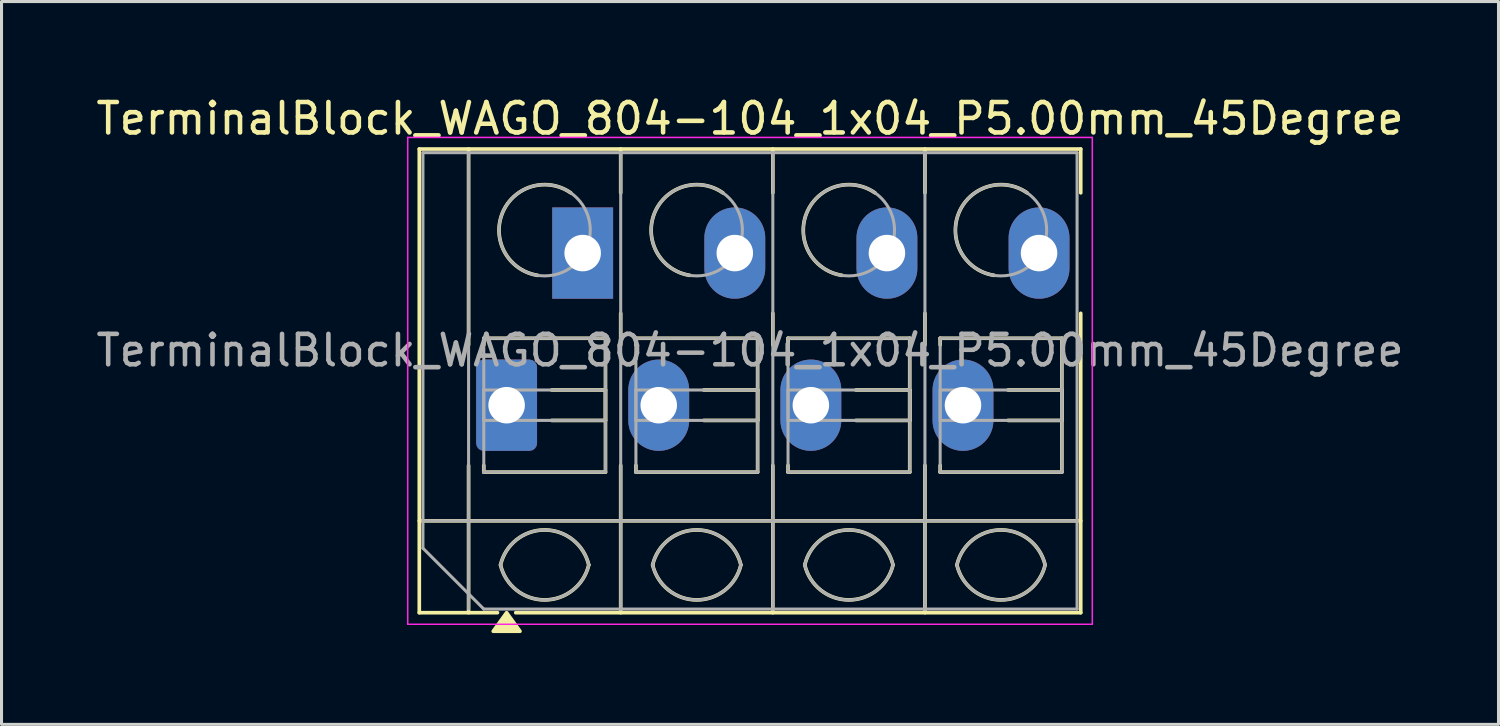
<source format=kicad_pcb>
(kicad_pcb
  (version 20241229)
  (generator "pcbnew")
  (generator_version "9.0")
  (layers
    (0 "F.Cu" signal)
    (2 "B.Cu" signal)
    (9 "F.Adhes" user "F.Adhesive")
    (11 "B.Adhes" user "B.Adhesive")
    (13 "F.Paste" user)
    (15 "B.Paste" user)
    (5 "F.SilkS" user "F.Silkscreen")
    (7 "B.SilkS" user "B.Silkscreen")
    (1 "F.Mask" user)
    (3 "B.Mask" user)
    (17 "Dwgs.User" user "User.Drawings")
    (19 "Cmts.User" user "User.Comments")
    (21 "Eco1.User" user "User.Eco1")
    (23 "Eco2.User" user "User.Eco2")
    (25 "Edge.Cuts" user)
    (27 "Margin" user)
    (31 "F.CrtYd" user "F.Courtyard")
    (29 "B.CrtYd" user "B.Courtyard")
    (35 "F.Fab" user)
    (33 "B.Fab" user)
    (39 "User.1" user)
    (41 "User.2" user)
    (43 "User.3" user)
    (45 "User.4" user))
  (footprint "TerminalBlock_WAGO_804-104_1x04_P5.00mm_45Degree"
    (layer "F.Cu")
    (at 13.601 10.268)
    (property "Reference" "TerminalBlock_WAGO_804-104_1x04_P5.00mm_45Degree" (at 8 -9.42 0) (layer "F.SilkS") (effects (font (size 1 1) (thickness 0.15))))
    (attr through_hole)
    (fp_line (start -2.87 -8.42) (end -2.87 6.82) (stroke (width 0.12) (type solid)) (layer "F.SilkS"))
    (fp_line (start -2.87 -8.42) (end 18.87 -8.42) (stroke (width 0.12) (type solid)) (layer "F.SilkS"))
    (fp_line (start -2.87 3.8) (end 18.87 3.8) (stroke (width 0.12) (type solid)) (layer "F.SilkS"))
    (fp_line (start -2.87 6.82) (end -0.3 6.82) (stroke (width 0.12) (type solid)) (layer "F.SilkS"))
    (fp_line (start -1.25 -8.42) (end -1.25 -1.98) (stroke (width 0.12) (type solid)) (layer "F.SilkS"))
    (fp_line (start -1.25 1.98) (end -1.25 6.82) (stroke (width 0.12) (type solid)) (layer "F.SilkS"))
    (fp_line (start -0.75 -2.2) (end -0.75 -1.98) (stroke (width 0.12) (type solid)) (layer "F.SilkS"))
    (fp_line (start -0.75 -2.2) (end 3.25 -2.2) (stroke (width 0.12) (type solid)) (layer "F.SilkS"))
    (fp_line (start -0.75 1.98) (end -0.75 2.2) (stroke (width 0.12) (type solid)) (layer "F.SilkS"))
    (fp_line (start -0.75 2.2) (end 3.25 2.2) (stroke (width 0.12) (type solid)) (layer "F.SilkS"))
    (fp_line (start 0.3 6.82) (end 18.87 6.82) (stroke (width 0.12) (type solid)) (layer "F.SilkS"))
    (fp_line (start 1.48 -0.5) (end 3.25 -0.5) (stroke (width 0.12) (type solid)) (layer "F.SilkS"))
    (fp_line (start 1.48 0.5) (end 3.25 0.5) (stroke (width 0.12) (type solid)) (layer "F.SilkS"))
    (fp_line (start 3.25 -2.2) (end 3.25 2.2) (stroke (width 0.12) (type solid)) (layer "F.SilkS"))
    (fp_line (start 3.25 -0.5) (end 3.25 0.5) (stroke (width 0.12) (type solid)) (layer "F.SilkS"))
    (fp_line (start 3.75 -8.42) (end 3.75 -6.98) (stroke (width 0.12) (type solid)) (layer "F.SilkS"))
    (fp_line (start 3.75 -3.02) (end 3.75 -1.98) (stroke (width 0.12) (type solid)) (layer "F.SilkS"))
    (fp_line (start 3.75 1.98) (end 3.75 6.82) (stroke (width 0.12) (type solid)) (layer "F.SilkS"))
    (fp_line (start 4.25 -2.2) (end 4.25 -1.98) (stroke (width 0.12) (type solid)) (layer "F.SilkS"))
    (fp_line (start 4.25 -2.2) (end 8.25 -2.2) (stroke (width 0.12) (type solid)) (layer "F.SilkS"))
    (fp_line (start 4.25 1.98) (end 4.25 2.2) (stroke (width 0.12) (type solid)) (layer "F.SilkS"))
    (fp_line (start 4.25 2.2) (end 8.25 2.2) (stroke (width 0.12) (type solid)) (layer "F.SilkS"))
    (fp_line (start 6.48 -0.5) (end 8.25 -0.5) (stroke (width 0.12) (type solid)) (layer "F.SilkS"))
    (fp_line (start 6.48 0.5) (end 8.25 0.5) (stroke (width 0.12) (type solid)) (layer "F.SilkS"))
    (fp_line (start 8.25 -2.2) (end 8.25 2.2) (stroke (width 0.12) (type solid)) (layer "F.SilkS"))
    (fp_line (start 8.25 -0.5) (end 8.25 0.5) (stroke (width 0.12) (type solid)) (layer "F.SilkS"))
    (fp_line (start 8.75 -8.42) (end 8.75 -6.98) (stroke (width 0.12) (type solid)) (layer "F.SilkS"))
    (fp_line (start 8.75 -3.02) (end 8.75 -1.98) (stroke (width 0.12) (type solid)) (layer "F.SilkS"))
    (fp_line (start 8.75 1.98) (end 8.75 6.82) (stroke (width 0.12) (type solid)) (layer "F.SilkS"))
    (fp_line (start 9.25 -2.2) (end 9.25 -1.98) (stroke (width 0.12) (type solid)) (layer "F.SilkS"))
    (fp_line (start 9.25 -2.2) (end 13.25 -2.2) (stroke (width 0.12) (type solid)) (layer "F.SilkS"))
    (fp_line (start 9.25 1.98) (end 9.25 2.2) (stroke (width 0.12) (type solid)) (layer "F.SilkS"))
    (fp_line (start 9.25 2.2) (end 13.25 2.2) (stroke (width 0.12) (type solid)) (layer "F.SilkS"))
    (fp_line (start 11.48 -0.5) (end 13.25 -0.5) (stroke (width 0.12) (type solid)) (layer "F.SilkS"))
    (fp_line (start 11.48 0.5) (end 13.25 0.5) (stroke (width 0.12) (type solid)) (layer "F.SilkS"))
    (fp_line (start 13.25 -2.2) (end 13.25 2.2) (stroke (width 0.12) (type solid)) (layer "F.SilkS"))
    (fp_line (start 13.25 -0.5) (end 13.25 0.5) (stroke (width 0.12) (type solid)) (layer "F.SilkS"))
    (fp_line (start 13.75 -8.42) (end 13.75 -6.98) (stroke (width 0.12) (type solid)) (layer "F.SilkS"))
    (fp_line (start 13.75 -3.02) (end 13.75 -1.98) (stroke (width 0.12) (type solid)) (layer "F.SilkS"))
    (fp_line (start 13.75 1.98) (end 13.75 6.82) (stroke (width 0.12) (type solid)) (layer "F.SilkS"))
    (fp_line (start 14.25 -2.2) (end 14.25 -1.98) (stroke (width 0.12) (type solid)) (layer "F.SilkS"))
    (fp_line (start 14.25 -2.2) (end 18.25 -2.2) (stroke (width 0.12) (type solid)) (layer "F.SilkS"))
    (fp_line (start 14.25 1.98) (end 14.25 2.2) (stroke (width 0.12) (type solid)) (layer "F.SilkS"))
    (fp_line (start 14.25 2.2) (end 18.25 2.2) (stroke (width 0.12) (type solid)) (layer "F.SilkS"))
    (fp_line (start 16.48 -0.5) (end 18.25 -0.5) (stroke (width 0.12) (type solid)) (layer "F.SilkS"))
    (fp_line (start 16.48 0.5) (end 18.25 0.5) (stroke (width 0.12) (type solid)) (layer "F.SilkS"))
    (fp_line (start 18.25 -2.2) (end 18.25 2.2) (stroke (width 0.12) (type solid)) (layer "F.SilkS"))
    (fp_line (start 18.25 -0.5) (end 18.25 0.5) (stroke (width 0.12) (type solid)) (layer "F.SilkS"))
    (fp_line (start 18.87 -8.42) (end 18.87 -6.98) (stroke (width 0.12) (type solid)) (layer "F.SilkS"))
    (fp_line (start 18.87 -3.02) (end 18.87 6.82) (stroke (width 0.12) (type solid)) (layer "F.SilkS"))
    (fp_arc (start -0.199969 5.249867) (mid 1.250068 4.099899) (end 2.7 5.25) (stroke (width 0.12) (type solid)) (layer "F.SilkS"))
    (fp_arc (start 1.02 -4.268) (mid -0.141815 -6.308637) (end 2.10843 -6.979765) (stroke (width 0.12) (type solid)) (layer "F.SilkS"))
    (fp_arc (start 2.7 5.25) (mid 1.250068 6.400101) (end -0.199969 5.250133) (stroke (width 0.12) (type solid)) (layer "F.SilkS"))
    (fp_arc (start 4.800031 5.249867) (mid 6.250068 4.099899) (end 7.7 5.25) (stroke (width 0.12) (type solid)) (layer "F.SilkS"))
    (fp_arc (start 6.02 -4.268) (mid 4.858185 -6.308637) (end 7.10843 -6.979765) (stroke (width 0.12) (type solid)) (layer "F.SilkS"))
    (fp_arc (start 7.7 5.25) (mid 6.250068 6.400101) (end 4.800031 5.250133) (stroke (width 0.12) (type solid)) (layer "F.SilkS"))
    (fp_arc (start 9.800031 5.249867) (mid 11.250068 4.099899) (end 12.7 5.25) (stroke (width 0.12) (type solid)) (layer "F.SilkS"))
    (fp_arc (start 11.02 -4.268) (mid 9.858185 -6.308637) (end 12.10843 -6.979765) (stroke (width 0.12) (type solid)) (layer "F.SilkS"))
    (fp_arc (start 12.7 5.25) (mid 11.250068 6.400101) (end 9.800031 5.250133) (stroke (width 0.12) (type solid)) (layer "F.SilkS"))
    (fp_arc (start 14.800031 5.249867) (mid 16.250068 4.099899) (end 17.7 5.25) (stroke (width 0.12) (type solid)) (layer "F.SilkS"))
    (fp_arc (start 16.02 -4.268) (mid 14.858185 -6.308637) (end 17.10843 -6.979765) (stroke (width 0.12) (type solid)) (layer "F.SilkS"))
    (fp_arc (start 17.7 5.25) (mid 16.250068 6.400101) (end 14.800031 5.250133) (stroke (width 0.12) (type solid)) (layer "F.SilkS"))
    (fp_poly (pts (xy 0 6.82) (xy 0.44 7.43) (xy -0.44 7.43)) (stroke (width 0.12) (type solid)) (fill yes) (layer "F.SilkS"))
    (fp_line (start -3.25 -8.8) (end -3.25 7.2) (stroke (width 0.05) (type solid)) (layer "F.CrtYd"))
    (fp_line (start -3.25 7.2) (end 19.25 7.2) (stroke (width 0.05) (type solid)) (layer "F.CrtYd"))
    (fp_line (start 19.25 -8.8) (end -3.25 -8.8) (stroke (width 0.05) (type solid)) (layer "F.CrtYd"))
    (fp_line (start 19.25 7.2) (end 19.25 -8.8) (stroke (width 0.05) (type solid)) (layer "F.CrtYd"))
    (fp_line (start -2.75 -8.3) (end 18.75 -8.3) (stroke (width 0.1) (type solid)) (layer "F.Fab"))
    (fp_line (start -2.75 3.8) (end 18.75 3.8) (stroke (width 0.1) (type solid)) (layer "F.Fab"))
    (fp_line (start -2.75 4.7) (end -2.75 -8.3) (stroke (width 0.1) (type solid)) (layer "F.Fab"))
    (fp_line (start -1.25 -8.3) (end -1.25 6.7) (stroke (width 0.1) (type solid)) (layer "F.Fab"))
    (fp_line (start -0.75 -2.2) (end -0.75 2.2) (stroke (width 0.1) (type solid)) (layer "F.Fab"))
    (fp_line (start -0.75 -0.5) (end -0.75 0.5) (stroke (width 0.1) (type solid)) (layer "F.Fab"))
    (fp_line (start -0.75 0.5) (end 3.25 0.5) (stroke (width 0.1) (type solid)) (layer "F.Fab"))
    (fp_line (start -0.75 2.2) (end 3.25 2.2) (stroke (width 0.1) (type solid)) (layer "F.Fab"))
    (fp_line (start -0.75 6.7) (end -2.75 4.7) (stroke (width 0.1) (type solid)) (layer "F.Fab"))
    (fp_line (start 3.25 -2.2) (end -0.75 -2.2) (stroke (width 0.1) (type solid)) (layer "F.Fab"))
    (fp_line (start 3.25 -0.5) (end -0.75 -0.5) (stroke (width 0.1) (type solid)) (layer "F.Fab"))
    (fp_line (start 3.25 0.5) (end 3.25 -0.5) (stroke (width 0.1) (type solid)) (layer "F.Fab"))
    (fp_line (start 3.25 2.2) (end 3.25 -2.2) (stroke (width 0.1) (type solid)) (layer "F.Fab"))
    (fp_line (start 3.75 -8.3) (end 3.75 6.7) (stroke (width 0.1) (type solid)) (layer "F.Fab"))
    (fp_line (start 4.25 -2.2) (end 4.25 2.2) (stroke (width 0.1) (type solid)) (layer "F.Fab"))
    (fp_line (start 4.25 -0.5) (end 4.25 0.5) (stroke (width 0.1) (type solid)) (layer "F.Fab"))
    (fp_line (start 4.25 0.5) (end 8.25 0.5) (stroke (width 0.1) (type solid)) (layer "F.Fab"))
    (fp_line (start 4.25 2.2) (end 8.25 2.2) (stroke (width 0.1) (type solid)) (layer "F.Fab"))
    (fp_line (start 8.25 -2.2) (end 4.25 -2.2) (stroke (width 0.1) (type solid)) (layer "F.Fab"))
    (fp_line (start 8.25 -0.5) (end 4.25 -0.5) (stroke (width 0.1) (type solid)) (layer "F.Fab"))
    (fp_line (start 8.25 0.5) (end 8.25 -0.5) (stroke (width 0.1) (type solid)) (layer "F.Fab"))
    (fp_line (start 8.25 2.2) (end 8.25 -2.2) (stroke (width 0.1) (type solid)) (layer "F.Fab"))
    (fp_line (start 8.75 -8.3) (end 8.75 6.7) (stroke (width 0.1) (type solid)) (layer "F.Fab"))
    (fp_line (start 9.25 -2.2) (end 9.25 2.2) (stroke (width 0.1) (type solid)) (layer "F.Fab"))
    (fp_line (start 9.25 -0.5) (end 9.25 0.5) (stroke (width 0.1) (type solid)) (layer "F.Fab"))
    (fp_line (start 9.25 0.5) (end 13.25 0.5) (stroke (width 0.1) (type solid)) (layer "F.Fab"))
    (fp_line (start 9.25 2.2) (end 13.25 2.2) (stroke (width 0.1) (type solid)) (layer "F.Fab"))
    (fp_line (start 13.25 -2.2) (end 9.25 -2.2) (stroke (width 0.1) (type solid)) (layer "F.Fab"))
    (fp_line (start 13.25 -0.5) (end 9.25 -0.5) (stroke (width 0.1) (type solid)) (layer "F.Fab"))
    (fp_line (start 13.25 0.5) (end 13.25 -0.5) (stroke (width 0.1) (type solid)) (layer "F.Fab"))
    (fp_line (start 13.25 2.2) (end 13.25 -2.2) (stroke (width 0.1) (type solid)) (layer "F.Fab"))
    (fp_line (start 13.75 -8.3) (end 13.75 6.7) (stroke (width 0.1) (type solid)) (layer "F.Fab"))
    (fp_line (start 14.25 -2.2) (end 14.25 2.2) (stroke (width 0.1) (type solid)) (layer "F.Fab"))
    (fp_line (start 14.25 -0.5) (end 14.25 0.5) (stroke (width 0.1) (type solid)) (layer "F.Fab"))
    (fp_line (start 14.25 0.5) (end 18.25 0.5) (stroke (width 0.1) (type solid)) (layer "F.Fab"))
    (fp_line (start 14.25 2.2) (end 18.25 2.2) (stroke (width 0.1) (type solid)) (layer "F.Fab"))
    (fp_line (start 18.25 -2.2) (end 14.25 -2.2) (stroke (width 0.1) (type solid)) (layer "F.Fab"))
    (fp_line (start 18.25 -0.5) (end 14.25 -0.5) (stroke (width 0.1) (type solid)) (layer "F.Fab"))
    (fp_line (start 18.25 0.5) (end 18.25 -0.5) (stroke (width 0.1) (type solid)) (layer "F.Fab"))
    (fp_line (start 18.25 2.2) (end 18.25 -2.2) (stroke (width 0.1) (type solid)) (layer "F.Fab"))
    (fp_line (start 18.75 -8.3) (end 18.75 6.7) (stroke (width 0.1) (type solid)) (layer "F.Fab"))
    (fp_line (start 18.75 6.7) (end -0.75 6.7) (stroke (width 0.1) (type solid)) (layer "F.Fab"))
    (fp_arc (start -0.200865 5.250424) (mid 1.250296 4.099926) (end 2.701 5.251) (stroke (width 0.1) (type solid)) (layer "F.Fab"))
    (fp_arc (start 2.7 5.25) (mid 1.250068 6.400101) (end -0.199969 5.250133) (stroke (width 0.1) (type solid)) (layer "F.Fab"))
    (fp_arc (start 4.799135 5.250424) (mid 6.250296 4.099926) (end 7.701 5.251) (stroke (width 0.1) (type solid)) (layer "F.Fab"))
    (fp_arc (start 7.7 5.25) (mid 6.250068 6.400101) (end 4.800031 5.250133) (stroke (width 0.1) (type solid)) (layer "F.Fab"))
    (fp_arc (start 9.799135 5.250424) (mid 11.250296 4.099926) (end 12.701 5.251) (stroke (width 0.1) (type solid)) (layer "F.Fab"))
    (fp_arc (start 12.7 5.25) (mid 11.250068 6.400101) (end 9.800031 5.250133) (stroke (width 0.1) (type solid)) (layer "F.Fab"))
    (fp_arc (start 14.799135 5.250424) (mid 16.250296 4.099926) (end 17.701 5.251) (stroke (width 0.1) (type solid)) (layer "F.Fab"))
    (fp_arc (start 17.7 5.25) (mid 16.250068 6.400101) (end 14.800031 5.250133) (stroke (width 0.1) (type solid)) (layer "F.Fab"))
    (fp_circle (center 1.25 -5.75) (end 2.75 -5.75) (stroke (width 0.1) (type solid)) (fill no) (layer "F.Fab"))
    (fp_circle (center 6.25 -5.75) (end 7.75 -5.75) (stroke (width 0.1) (type solid)) (fill no) (layer "F.Fab"))
    (fp_circle (center 11.25 -5.75) (end 12.75 -5.75) (stroke (width 0.1) (type solid)) (fill no) (layer "F.Fab"))
    (fp_circle (center 16.25 -5.75) (end 17.75 -5.75) (stroke (width 0.1) (type solid)) (fill no) (layer "F.Fab"))
    (fp_text user "${REFERENCE}" (at 8 -1.8 0) (layer "F.Fab") (effects (font (size 1 1) (thickness 0.15))))
    (pad "1" thru_hole roundrect (at 0 0) (size 2 3) (drill 1.2) (layers "*.Cu" "*.Mask") (roundrect_rratio 0.125))
    (pad "1" thru_hole rect (at 2.5 -5) (size 2 3) (drill 1.2) (layers "*.Cu" "*.Mask"))
    (pad "2" thru_hole oval (at 5 0) (size 2 3) (drill 1.2) (layers "*.Cu" "*.Mask"))
    (pad "2" thru_hole oval (at 7.5 -5) (size 2 3) (drill 1.2) (layers "*.Cu" "*.Mask"))
    (pad "3" thru_hole oval (at 10 0) (size 2 3) (drill 1.2) (layers "*.Cu" "*.Mask"))
    (pad "3" thru_hole oval (at 12.5 -5) (size 2 3) (drill 1.2) (layers "*.Cu" "*.Mask"))
    (pad "4" thru_hole oval (at 15 0) (size 2 3) (drill 1.2) (layers "*.Cu" "*.Mask"))
    (pad "4" thru_hole oval (at 17.5 -5) (size 2 3) (drill 1.2) (layers "*.Cu" "*.Mask")))
  (gr_rect
    (start -3 -3)
    (end 46.202 20.758)
    (stroke (width 0.1) (type default))
    (fill no)
    (layer "Edge.Cuts")))
</source>
